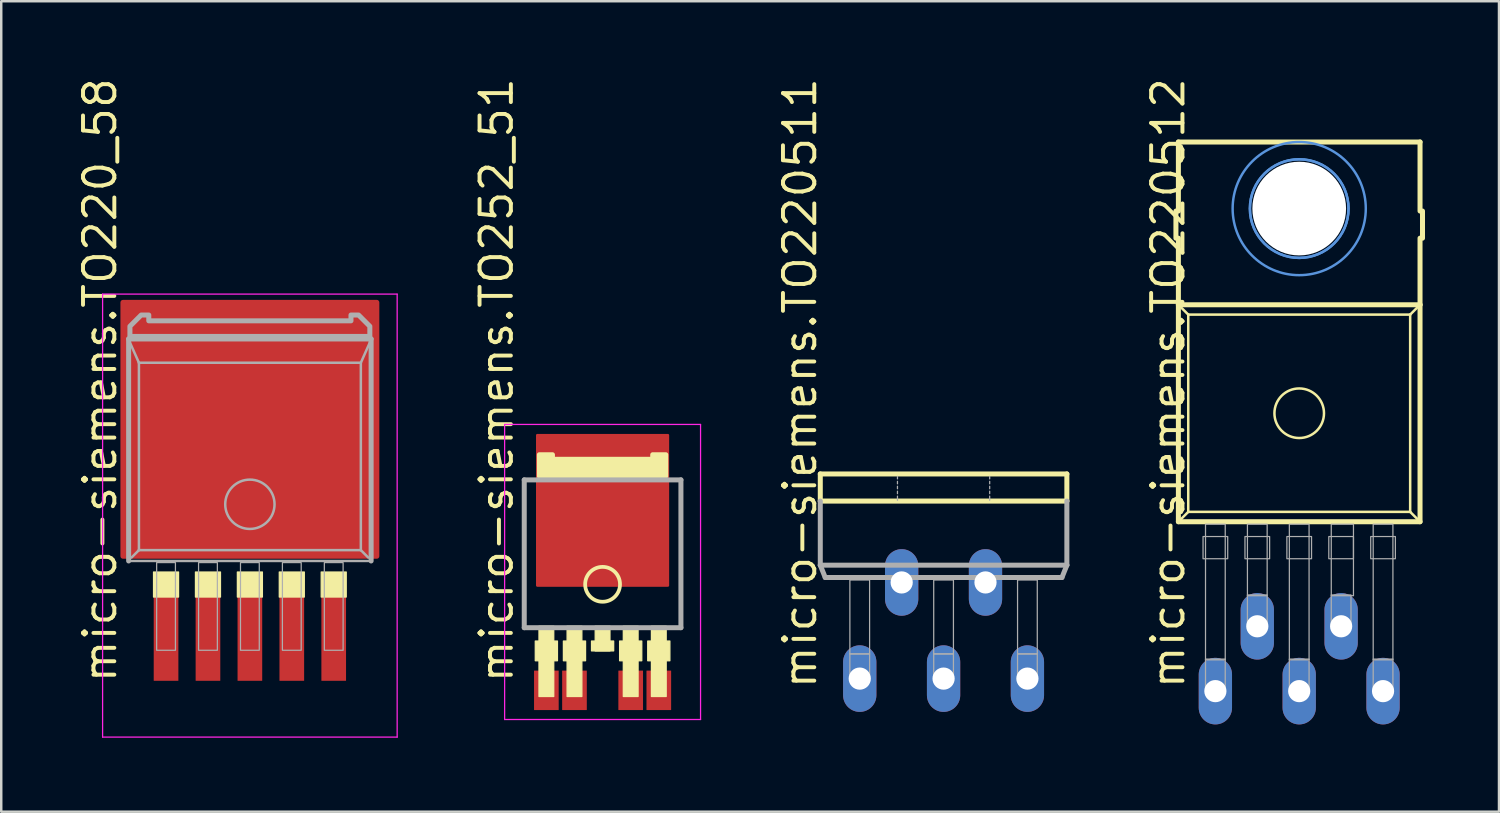
<source format=kicad_pcb>
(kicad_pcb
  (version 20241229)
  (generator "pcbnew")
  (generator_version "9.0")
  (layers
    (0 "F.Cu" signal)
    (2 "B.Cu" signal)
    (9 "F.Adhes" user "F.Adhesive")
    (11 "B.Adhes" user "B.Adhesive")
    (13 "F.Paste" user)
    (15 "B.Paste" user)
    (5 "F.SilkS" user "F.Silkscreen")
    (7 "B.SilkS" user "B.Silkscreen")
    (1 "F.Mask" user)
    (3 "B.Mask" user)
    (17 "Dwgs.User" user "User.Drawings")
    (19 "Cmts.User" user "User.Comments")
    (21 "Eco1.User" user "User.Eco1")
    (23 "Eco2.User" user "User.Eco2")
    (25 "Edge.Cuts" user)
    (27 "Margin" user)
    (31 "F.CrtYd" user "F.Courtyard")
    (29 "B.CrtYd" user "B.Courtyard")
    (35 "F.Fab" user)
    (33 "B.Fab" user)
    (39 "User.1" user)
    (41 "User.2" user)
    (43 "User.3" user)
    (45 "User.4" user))
  (footprint "micro-siemens.TO220_58"
    (layer "F.Cu")
    (at 7.084 17.861)
    (property "Reference" "micro-siemens.TO220_58" (at -5.334 6.858 90) (layer "F.SilkS") (effects (font (size 1.27 1.27) (thickness 0.16)) (justify left bottom)))
    (attr smd)
    (fp_rect (start -3.908 3.302) (end -2.892 2.286) (stroke (width 0.05) (type default)) (fill yes) (layer "F.SilkS"))
    (fp_rect (start -2.208 3.302) (end -1.192 2.286) (stroke (width 0.05) (type default)) (fill yes) (layer "F.SilkS"))
    (fp_rect (start -0.508 3.302) (end 0.508 2.286) (stroke (width 0.05) (type default)) (fill yes) (layer "F.SilkS"))
    (fp_rect (start 1.192 3.302) (end 2.208 2.286) (stroke (width 0.05) (type default)) (fill yes) (layer "F.SilkS"))
    (fp_rect (start 2.892 3.302) (end 3.908 2.286) (stroke (width 0.05) (type default)) (fill yes) (layer "F.SilkS"))
    (fp_line (start -5.973 -8.983) (end 5.973 -8.983) (stroke (width 0.051) (type default)) (layer "F.CrtYd"))
    (fp_line (start -5.973 8.983) (end -5.973 -8.983) (stroke (width 0.051) (type default)) (layer "F.CrtYd"))
    (fp_line (start 5.973 -8.983) (end 5.973 8.983) (stroke (width 0.051) (type default)) (layer "F.CrtYd"))
    (fp_line (start 5.973 8.983) (end -5.973 8.983) (stroke (width 0.051) (type default)) (layer "F.CrtYd"))
    (fp_line (start -4.917 -7.165) (end 4.917 -7.165) (stroke (width 0.203) (type default)) (layer "F.Fab"))
    (fp_line (start -4.917 1.839) (end -4.917 -7.165) (stroke (width 0.203) (type default)) (layer "F.Fab"))
    (fp_line (start -4.5 -6.2) (end -4.9 -7.1) (stroke (width 0.102) (type default)) (layer "F.Fab"))
    (fp_line (start -4.5 -6.2) (end 4.5 -6.2) (stroke (width 0.102) (type default)) (layer "F.Fab"))
    (fp_line (start -4.5 1.4) (end -4.8 1.7) (stroke (width 0.102) (type default)) (layer "F.Fab"))
    (fp_line (start -4.5 1.4) (end -4.5 -6.2) (stroke (width 0.102) (type default)) (layer "F.Fab"))
    (fp_line (start 4.5 -6.2) (end 4.5 1.4) (stroke (width 0.102) (type default)) (layer "F.Fab"))
    (fp_line (start 4.5 1.4) (end -4.5 1.4) (stroke (width 0.102) (type default)) (layer "F.Fab"))
    (fp_line (start 4.5 1.4) (end 4.8 1.7) (stroke (width 0.102) (type default)) (layer "F.Fab"))
    (fp_line (start 4.9 -7.1) (end 4.5 -6.2) (stroke (width 0.102) (type default)) (layer "F.Fab"))
    (fp_line (start 4.917 -7.165) (end 4.917 1.839) (stroke (width 0.203) (type default)) (layer "F.Fab"))
    (fp_line (start 4.917 1.839) (end -4.917 1.839) (stroke (width 0.102) (type default)) (layer "F.Fab"))
    (fp_rect (start -3.781 5.461) (end -3.019 1.905) (stroke (width 0.05) (type default)) (fill no) (layer "F.Fab"))
    (fp_rect (start -2.081 5.461) (end -1.319 1.905) (stroke (width 0.05) (type default)) (fill no) (layer "F.Fab"))
    (fp_rect (start -0.381 5.461) (end 0.381 1.905) (stroke (width 0.05) (type default)) (fill no) (layer "F.Fab"))
    (fp_rect (start 1.319 5.461) (end 2.081 1.905) (stroke (width 0.05) (type default)) (fill no) (layer "F.Fab"))
    (fp_rect (start 3.019 5.461) (end 3.781 1.905) (stroke (width 0.05) (type default)) (fill no) (layer "F.Fab"))
    (fp_circle (center 0 -0.46) (end 1 -0.46) (stroke (width 0.102) (type default)) (fill no) (layer "F.Fab"))
    (fp_poly (pts (xy -4.865 -7.267) (xy -4.865 -7.678) (xy -4.408 -8.135) (xy -4.1 -8.135) (xy -4.1 -7.9) (xy 4.1 -7.9) (xy 4.1 -8.135) (xy 4.408 -8.135) (xy 4.865 -7.678) (xy 4.865 -7.267)) (stroke (width 0.203) (type default)) (fill no) (layer "F.Fab"))
    (pad "1" smd roundrect (at -3.4 5) (size 1 3.4) (layers "F.Cu" "F.Mask" "F.Paste") (roundrect_rratio 0.01))
    (pad "2" smd roundrect (at -1.7 5) (size 1 3.4) (layers "F.Cu" "F.Mask" "F.Paste") (roundrect_rratio 0.01))
    (pad "3" smd roundrect (at 0 5) (size 1 3.4) (layers "F.Cu" "F.Mask" "F.Paste") (roundrect_rratio 0.01))
    (pad "4" smd roundrect (at 1.7 5) (size 1 3.4) (layers "F.Cu" "F.Mask" "F.Paste") (roundrect_rratio 0.01))
    (pad "5" smd roundrect (at 3.4 5) (size 1 3.4) (layers "F.Cu" "F.Mask" "F.Paste") (roundrect_rratio 0.01))
    (pad "6" smd roundrect (at 0 -3.5) (size 10.5 10.5) (layers "F.Cu" "F.Mask" "F.Paste") (roundrect_rratio 0.01)))
  (footprint "micro-siemens.TO252_51"
    (layer "F.Cu")
    (at 21.388 20.147)
    (property "Reference" "micro-siemens.TO252_51" (at -3.556 4.572 90) (layer "F.SilkS") (effects (font (size 1.27 1.27) (thickness 0.16)) (justify left bottom)))
    (attr smd)
    (fp_rect (start -2.73 3.6) (end -1.83 2.8) (stroke (width 0.05) (type default)) (fill yes) (layer "F.SilkS"))
    (fp_rect (start -2.58 5.05) (end -1.98 2.2) (stroke (width 0.05) (type default)) (fill yes) (layer "F.SilkS"))
    (fp_rect (start -1.59 3.6) (end -0.69 2.8) (stroke (width 0.05) (type default)) (fill yes) (layer "F.SilkS"))
    (fp_rect (start -1.44 5.05) (end -0.84 2.2) (stroke (width 0.05) (type default)) (fill yes) (layer "F.SilkS"))
    (fp_rect (start -0.45 3.2) (end 0.45 2.8) (stroke (width 0.05) (type default)) (fill yes) (layer "F.SilkS"))
    (fp_rect (start -0.3 3.2) (end 0.3 2.2) (stroke (width 0.05) (type default)) (fill yes) (layer "F.SilkS"))
    (fp_rect (start 0.69 3.6) (end 1.59 2.8) (stroke (width 0.05) (type default)) (fill yes) (layer "F.SilkS"))
    (fp_rect (start 0.84 5.05) (end 1.44 2.2) (stroke (width 0.05) (type default)) (fill yes) (layer "F.SilkS"))
    (fp_rect (start 1.83 3.6) (end 2.73 2.8) (stroke (width 0.05) (type default)) (fill yes) (layer "F.SilkS"))
    (fp_rect (start 1.98 5.05) (end 2.58 2.2) (stroke (width 0.05) (type default)) (fill yes) (layer "F.SilkS"))
    (fp_circle (center 0 0.5) (end 0.707 0.5) (stroke (width 0.152) (type default)) (fill no) (layer "F.SilkS"))
    (fp_poly (pts (xy -2.565 -3.887) (xy -2.565 -4.756) (xy -2.032 -4.756) (xy -2.032 -4.572) (xy 2.032 -4.572) (xy 2.032 -4.756) (xy 2.565 -4.756) (xy 2.565 -3.887)) (stroke (width 0.2) (type default)) (fill yes) (layer "F.SilkS"))
    (fp_line (start -3.973 -5.983) (end 3.973 -5.983) (stroke (width 0.051) (type default)) (layer "F.CrtYd"))
    (fp_line (start -3.973 5.983) (end -3.973 -5.983) (stroke (width 0.051) (type default)) (layer "F.CrtYd"))
    (fp_line (start 3.973 -5.983) (end 3.973 5.983) (stroke (width 0.051) (type default)) (layer "F.CrtYd"))
    (fp_line (start 3.973 5.983) (end -3.973 5.983) (stroke (width 0.051) (type default)) (layer "F.CrtYd"))
    (fp_line (start -3.177 -3.735) (end 3.177 -3.735) (stroke (width 0.203) (type default)) (layer "F.Fab"))
    (fp_line (start -3.177 2.259) (end -3.177 -3.735) (stroke (width 0.203) (type default)) (layer "F.Fab"))
    (fp_line (start 3.177 -3.735) (end 3.177 2.259) (stroke (width 0.203) (type default)) (layer "F.Fab"))
    (fp_line (start 3.177 2.259) (end -3.177 2.259) (stroke (width 0.203) (type default)) (layer "F.Fab"))
    (pad "1" smd roundrect (at -2.28 4.8) (size 1 1.6) (layers "F.Cu" "F.Mask" "F.Paste") (roundrect_rratio 0.01))
    (pad "2" smd roundrect (at -1.14 4.8) (size 1 1.6) (layers "F.Cu" "F.Mask" "F.Paste") (roundrect_rratio 0.01))
    (pad "3" smd roundrect (at 1.14 4.8) (size 1 1.6) (layers "F.Cu" "F.Mask" "F.Paste") (roundrect_rratio 0.01))
    (pad "4" smd roundrect (at 2.28 4.8) (size 1 1.6) (layers "F.Cu" "F.Mask" "F.Paste") (roundrect_rratio 0.01))
    (pad "5" smd roundrect (at 0 -2.5) (size 5.4 6.2) (layers "F.Cu" "F.Mask" "F.Paste") (roundrect_rratio 0.01)))
  (footprint "micro-siemens.TO220511"
    (layer "F.Cu")
    (at 35.217 16.071)
    (property "Reference" "micro-siemens.TO220511" (at -5.08 8.89 90) (layer "F.SilkS") (effects (font (size 1.27 1.27) (thickness 0.16)) (justify left bottom)))
    (attr through_hole)
    (fp_line (start -5 0.1) (end -5 1.2) (stroke (width 0.203) (type default)) (layer "F.SilkS"))
    (fp_line (start -5 1.2) (end 5 1.2) (stroke (width 0.203) (type default)) (layer "F.SilkS"))
    (fp_line (start 5 0.1) (end -5 0.1) (stroke (width 0.203) (type default)) (layer "F.SilkS"))
    (fp_line (start 5 1.2) (end 5 0.1) (stroke (width 0.203) (type default)) (layer "F.SilkS"))
    (fp_line (start -5 1.2) (end -5 3.8) (stroke (width 0.203) (type default)) (layer "F.Fab"))
    (fp_line (start -5 3.8) (end -4.8 4.3) (stroke (width 0.203) (type default)) (layer "F.Fab"))
    (fp_line (start -5 3.8) (end 5 3.8) (stroke (width 0.203) (type default)) (layer "F.Fab"))
    (fp_line (start -4.8 4.3) (end 4.8 4.3) (stroke (width 0.203) (type default)) (layer "F.Fab"))
    (fp_line (start -1.87 0.2) (end -1.87 0.3) (stroke (width 0.051) (type default)) (layer "F.Fab"))
    (fp_line (start -1.87 0.4) (end -1.87 0.5) (stroke (width 0.051) (type default)) (layer "F.Fab"))
    (fp_line (start -1.87 0.6) (end -1.87 0.7) (stroke (width 0.051) (type default)) (layer "F.Fab"))
    (fp_line (start -1.87 0.8) (end -1.87 0.9) (stroke (width 0.051) (type default)) (layer "F.Fab"))
    (fp_line (start -1.87 1) (end -1.87 1.17) (stroke (width 0.051) (type default)) (layer "F.Fab"))
    (fp_line (start 1.87 0.3) (end 1.87 0.2) (stroke (width 0.051) (type default)) (layer "F.Fab"))
    (fp_line (start 1.87 0.5) (end 1.87 0.4) (stroke (width 0.051) (type default)) (layer "F.Fab"))
    (fp_line (start 1.87 0.7) (end 1.87 0.6) (stroke (width 0.051) (type default)) (layer "F.Fab"))
    (fp_line (start 1.87 0.9) (end 1.87 0.8) (stroke (width 0.051) (type default)) (layer "F.Fab"))
    (fp_line (start 1.87 1.17) (end 1.87 1) (stroke (width 0.051) (type default)) (layer "F.Fab"))
    (fp_line (start 4.8 4.3) (end 5 3.8) (stroke (width 0.203) (type default)) (layer "F.Fab"))
    (fp_line (start 5 3.8) (end 5 1.2) (stroke (width 0.203) (type default)) (layer "F.Fab"))
    (fp_rect (start -3.8 7.4) (end -3 4.4) (stroke (width 0.05) (type default)) (fill no) (layer "F.Fab"))
    (fp_rect (start -3.8 8.5) (end -3 7.4) (stroke (width 0.05) (type default)) (fill no) (layer "F.Fab"))
    (fp_rect (start -2.1 4.6) (end -1.3 4.4) (stroke (width 0.05) (type default)) (fill no) (layer "F.Fab"))
    (fp_rect (start -0.4 7.4) (end 0.4 4.4) (stroke (width 0.05) (type default)) (fill no) (layer "F.Fab"))
    (fp_rect (start -0.4 8.5) (end 0.4 7.4) (stroke (width 0.05) (type default)) (fill no) (layer "F.Fab"))
    (fp_rect (start 1.3 4.6) (end 2.1 4.4) (stroke (width 0.05) (type default)) (fill no) (layer "F.Fab"))
    (fp_rect (start 3 7.4) (end 3.8 4.4) (stroke (width 0.05) (type default)) (fill no) (layer "F.Fab"))
    (fp_rect (start 3 8.5) (end 3.8 7.4) (stroke (width 0.05) (type default)) (fill no) (layer "F.Fab"))
    (pad "1" thru_hole oval (at -3.4 8.4 90) (size 2.7 1.35) (drill 0.9) (layers "*.Cu" "*.Mask"))
    (pad "2" thru_hole oval (at -1.7 4.5 90) (size 2.7 1.35) (drill 0.9) (layers "*.Cu" "*.Mask"))
    (pad "3" thru_hole oval (at 0 8.4 90) (size 2.7 1.35) (drill 0.9) (layers "*.Cu" "*.Mask"))
    (pad "4" thru_hole oval (at 1.7 4.5 90) (size 2.7 1.35) (drill 0.9) (layers "*.Cu" "*.Mask"))
    (pad "5" thru_hole oval (at 3.4 8.4 90) (size 2.7 1.35) (drill 0.9) (layers "*.Cu" "*.Mask")))
  (footprint "micro-siemens.TO220512"
    (layer "F.Cu")
    (at 49.64 2.609)
    (property "Reference" "micro-siemens.TO220512" (at -4.572 22.352 90) (layer "F.SilkS") (effects (font (size 1.27 1.27) (thickness 0.16)) (justify left bottom)))
    (attr through_hole)
    (fp_line (start -5 2.9) (end -5 4) (stroke (width 0.203) (type default)) (layer "F.SilkS"))
    (fp_line (start -4.9 0.1) (end -4.9 2.9) (stroke (width 0.203) (type default)) (layer "F.SilkS"))
    (fp_line (start -4.9 4) (end -4.9 6.7) (stroke (width 0.203) (type default)) (layer "F.SilkS"))
    (fp_line (start -4.9 6.7) (end -4.9 15.5) (stroke (width 0.203) (type default)) (layer "F.SilkS"))
    (fp_line (start -4.9 6.7) (end 4.9 6.7) (stroke (width 0.203) (type default)) (layer "F.SilkS"))
    (fp_line (start -4.9 15.5) (end -4.5 15.1) (stroke (width 0.102) (type default)) (layer "F.SilkS"))
    (fp_line (start -4.9 15.5) (end 4.9 15.5) (stroke (width 0.203) (type default)) (layer "F.SilkS"))
    (fp_line (start -4.5 7.1) (end -4.8 6.8) (stroke (width 0.102) (type default)) (layer "F.SilkS"))
    (fp_line (start -4.5 7.1) (end -4.5 15.1) (stroke (width 0.102) (type default)) (layer "F.SilkS"))
    (fp_line (start -4.5 15.1) (end 4.5 15.1) (stroke (width 0.102) (type default)) (layer "F.SilkS"))
    (fp_line (start 4.5 7.1) (end -4.5 7.1) (stroke (width 0.102) (type default)) (layer "F.SilkS"))
    (fp_line (start 4.5 7.1) (end 4.8 6.8) (stroke (width 0.102) (type default)) (layer "F.SilkS"))
    (fp_line (start 4.5 15.1) (end 4.5 7.1) (stroke (width 0.102) (type default)) (layer "F.SilkS"))
    (fp_line (start 4.5 15.1) (end 4.9 15.5) (stroke (width 0.102) (type default)) (layer "F.SilkS"))
    (fp_line (start 4.9 0.1) (end -4.9 0.1) (stroke (width 0.203) (type default)) (layer "F.SilkS"))
    (fp_line (start 4.9 2.9) (end 4.9 0.1) (stroke (width 0.203) (type default)) (layer "F.SilkS"))
    (fp_line (start 4.9 6.7) (end 4.9 4) (stroke (width 0.203) (type default)) (layer "F.SilkS"))
    (fp_line (start 4.9 15.5) (end 4.9 6.7) (stroke (width 0.203) (type default)) (layer "F.SilkS"))
    (fp_line (start 5 4) (end 5 2.9) (stroke (width 0.203) (type default)) (layer "F.SilkS"))
    (fp_circle (center 0 11.1) (end 1.005 11.1) (stroke (width 0.102) (type default)) (fill no) (layer "F.SilkS"))
    (fp_circle (center 0 2.8) (end 2 2.8) (stroke (width 0.1) (type default)) (fill no) (layer "Cmts.User"))
    (fp_circle (center 0 2.8) (end 2 2.8) (stroke (width 0.1) (type default)) (fill no) (layer "Cmts.User"))
    (fp_circle (center 0 2.8) (end 2.7 2.8) (stroke (width 0.1) (type default)) (fill no) (layer "Cmts.User"))
    (fp_rect (start -3.9 17) (end -2.9 16.1) (stroke (width 0.05) (type default)) (fill no) (layer "F.Fab"))
    (fp_rect (start -3.8 21.1) (end -3 15.6) (stroke (width 0.05) (type default)) (fill no) (layer "F.Fab"))
    (fp_rect (start -3.8 22.27) (end -3 21.07) (stroke (width 0.05) (type default)) (fill no) (layer "F.Fab"))
    (fp_rect (start -2.2 17) (end -1.2 16.1) (stroke (width 0.05) (type default)) (fill no) (layer "F.Fab"))
    (fp_rect (start -2.1 18.5) (end -1.3 15.6) (stroke (width 0.05) (type default)) (fill no) (layer "F.Fab"))
    (fp_rect (start -2.1 19.67) (end -1.3 18.47) (stroke (width 0.05) (type default)) (fill no) (layer "F.Fab"))
    (fp_rect (start -0.5 17) (end 0.5 16.1) (stroke (width 0.05) (type default)) (fill no) (layer "F.Fab"))
    (fp_rect (start -0.4 21.1) (end 0.4 15.6) (stroke (width 0.05) (type default)) (fill no) (layer "F.Fab"))
    (fp_rect (start -0.4 22.27) (end 0.4 21.07) (stroke (width 0.05) (type default)) (fill no) (layer "F.Fab"))
    (fp_rect (start 1.2 17) (end 2.2 16.1) (stroke (width 0.05) (type default)) (fill no) (layer "F.Fab"))
    (fp_rect (start 1.3 18.5) (end 2.2 15.6) (stroke (width 0.05) (type default)) (fill no) (layer "F.Fab"))
    (fp_rect (start 1.3 19.67) (end 2.1 18.47) (stroke (width 0.05) (type default)) (fill no) (layer "F.Fab"))
    (fp_rect (start 2.9 17) (end 3.9 16.1) (stroke (width 0.05) (type default)) (fill no) (layer "F.Fab"))
    (fp_rect (start 3 21.1) (end 3.8 15.6) (stroke (width 0.05) (type default)) (fill no) (layer "F.Fab"))
    (fp_rect (start 3 22.27) (end 3.8 21.07) (stroke (width 0.05) (type default)) (fill no) (layer "F.Fab"))
    (pad "" np_thru_hole circle (at 0 2.8) (size 3.8 3.8) (drill 3.8) (layers "*.Cu" "*.Mask"))
    (pad "1" thru_hole oval (at -3.4 22.37 90) (size 2.7 1.35) (drill 0.9) (layers "*.Cu" "*.Mask"))
    (pad "2" thru_hole oval (at -1.7 19.74 90) (size 2.7 1.35) (drill 0.9) (layers "*.Cu" "*.Mask"))
    (pad "3" thru_hole oval (at 0 22.37 90) (size 2.7 1.35) (drill 0.9) (layers "*.Cu" "*.Mask"))
    (pad "4" thru_hole oval (at 1.7 19.74 90) (size 2.7 1.35) (drill 0.9) (layers "*.Cu" "*.Mask"))
    (pad "5" thru_hole oval (at 3.4 22.37 90) (size 2.7 1.35) (drill 0.9) (layers "*.Cu" "*.Mask")))
  (gr_rect
    (start -3 -3)
    (end 57.742 29.869)
    (stroke (width 0.1) (type default))
    (fill no)
    (layer "Edge.Cuts")))
</source>
